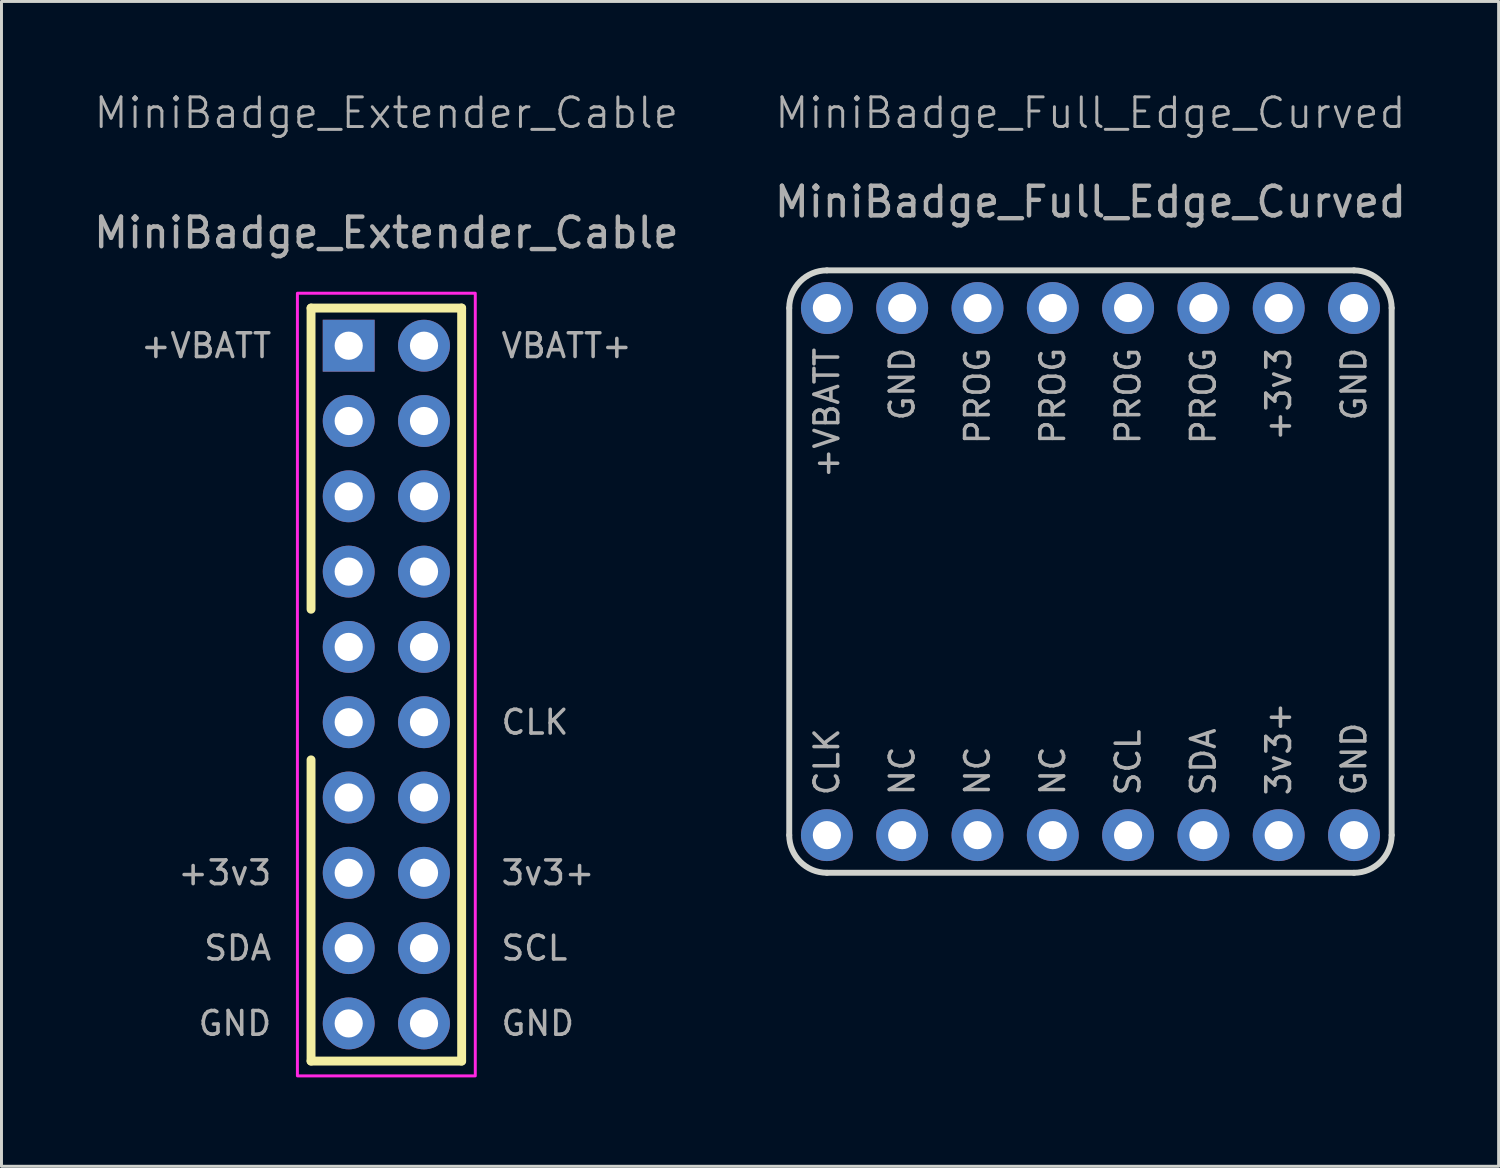
<source format=kicad_pcb>
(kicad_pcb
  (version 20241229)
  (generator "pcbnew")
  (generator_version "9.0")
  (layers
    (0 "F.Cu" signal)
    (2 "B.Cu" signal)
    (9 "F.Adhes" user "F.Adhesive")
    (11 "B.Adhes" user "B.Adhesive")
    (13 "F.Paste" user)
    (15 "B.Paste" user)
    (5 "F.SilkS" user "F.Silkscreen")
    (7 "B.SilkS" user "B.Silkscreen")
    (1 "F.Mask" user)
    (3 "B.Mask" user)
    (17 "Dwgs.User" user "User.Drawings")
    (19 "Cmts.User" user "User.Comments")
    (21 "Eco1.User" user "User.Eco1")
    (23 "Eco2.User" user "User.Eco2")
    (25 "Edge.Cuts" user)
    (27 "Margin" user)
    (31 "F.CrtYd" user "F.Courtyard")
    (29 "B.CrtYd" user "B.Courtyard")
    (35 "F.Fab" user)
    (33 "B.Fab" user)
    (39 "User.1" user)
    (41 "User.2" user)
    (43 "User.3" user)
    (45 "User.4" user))
  (footprint "MiniBadge_Extender_Cable"
    (layer "F.Cu")
    (at 9.982 20.041)
    (property "Reference" "MiniBadge_Extender_Cable" (at 0 -19.28 0) (unlocked yes) (layer "F.Fab") (effects (font (size 1 1) (thickness 0.1))))
    (attr through_hole allow_missing_courtyard)
    (fp_line (start -2.54 -12.7) (end 2.54 -12.7) (stroke (width 0.3) (type solid)) (layer "F.SilkS"))
    (fp_line (start -2.54 -2.54) (end -2.54 -12.7) (stroke (width 0.3) (type solid)) (layer "F.SilkS"))
    (fp_line (start -2.54 12.7) (end -2.54 2.54) (stroke (width 0.3) (type solid)) (layer "F.SilkS"))
    (fp_line (start 2.54 -12.7) (end 2.54 12.7) (stroke (width 0.3) (type solid)) (layer "F.SilkS"))
    (fp_line (start 2.54 12.7) (end -2.54 12.7) (stroke (width 0.3) (type solid)) (layer "F.SilkS"))
    (fp_rect (start -3 -13.2) (end 3 13.2) (stroke (width 0.1) (type solid)) (fill no) (layer "F.CrtYd"))
    (fp_text user "+3v3" (at -3.81 6.35 0) (unlocked yes) (layer "F.Fab") (effects (font (size 0.8 0.8) (thickness 0.12)) (justify right)))
    (fp_text user "SDA" (at -3.81 8.89 0) (unlocked yes) (layer "F.Fab") (effects (font (size 0.8 0.8) (thickness 0.12)) (justify right)))
    (fp_text user "CLK" (at 3.81 1.27 0) (unlocked yes) (layer "F.Fab") (effects (font (size 0.8 0.8) (thickness 0.12)) (justify left)))
    (fp_text user "GND" (at 3.81 11.43 0) (unlocked yes) (layer "F.Fab") (effects (font (size 0.8 0.8) (thickness 0.12)) (justify left)))
    (fp_text user "3v3+" (at 3.81 6.35 0) (unlocked yes) (layer "F.Fab") (effects (font (size 0.8 0.8) (thickness 0.12)) (justify left)))
    (fp_text user "SCL" (at 3.81 8.89 0) (unlocked yes) (layer "F.Fab") (effects (font (size 0.8 0.8) (thickness 0.12)) (justify left)))
    (fp_text user "${REFERENCE}" (at 0 -15.24 0) (unlocked yes) (layer "F.Fab") (effects (font (size 1 1) (thickness 0.15))))
    (fp_text user "+VBATT" (at -3.81 -11.43 0) (unlocked yes) (layer "F.Fab") (effects (font (size 0.8 0.8) (thickness 0.12)) (justify right)))
    (fp_text user "VBATT+" (at 3.81 -11.43 0) (unlocked yes) (layer "F.Fab") (effects (font (size 0.8 0.8) (thickness 0.12)) (justify left)))
    (fp_text user "GND" (at -3.81 11.43 0) (unlocked yes) (layer "F.Fab") (effects (font (size 0.8 0.8) (thickness 0.12)) (justify right)))
    (pad "1" thru_hole rect (at -1.27 -11.43) (size 1.75 1.75) (drill 0.95) (layers "*.Cu" "*.Mask"))
    (pad "2" thru_hole circle (at 1.27 -11.43) (size 1.75 1.75) (drill 0.95) (layers "*.Cu" "*.Mask"))
    (pad "3" thru_hole circle (at -1.27 -8.89) (size 1.75 1.75) (drill 0.95) (layers "*.Cu" "*.Mask"))
    (pad "4" thru_hole circle (at 1.27 -8.89) (size 1.75 1.75) (drill 0.95) (layers "*.Cu" "*.Mask"))
    (pad "5" thru_hole circle (at -1.27 -6.35) (size 1.75 1.75) (drill 0.95) (layers "*.Cu" "*.Mask"))
    (pad "6" thru_hole circle (at 1.27 -6.35) (size 1.75 1.75) (drill 0.95) (layers "*.Cu" "*.Mask"))
    (pad "7" thru_hole circle (at -1.27 -3.81) (size 1.75 1.75) (drill 0.95) (layers "*.Cu" "*.Mask"))
    (pad "8" thru_hole circle (at 1.27 -3.81) (size 1.75 1.75) (drill 0.95) (layers "*.Cu" "*.Mask"))
    (pad "9" thru_hole circle (at -1.27 -1.27) (size 1.75 1.75) (drill 0.95) (layers "*.Cu" "*.Mask"))
    (pad "10" thru_hole circle (at 1.27 -1.27) (size 1.75 1.75) (drill 0.95) (layers "*.Cu" "*.Mask"))
    (pad "11" thru_hole circle (at -1.27 1.27) (size 1.75 1.75) (drill 0.95) (layers "*.Cu" "*.Mask"))
    (pad "12" thru_hole circle (at 1.27 1.27) (size 1.75 1.75) (drill 0.95) (layers "*.Cu" "*.Mask"))
    (pad "13" thru_hole circle (at -1.27 3.81) (size 1.75 1.75) (drill 0.95) (layers "*.Cu" "*.Mask"))
    (pad "14" thru_hole circle (at 1.27 3.81) (size 1.75 1.75) (drill 0.95) (layers "*.Cu" "*.Mask"))
    (pad "15" thru_hole circle (at -1.27 6.35) (size 1.75 1.75) (drill 0.95) (layers "*.Cu" "*.Mask"))
    (pad "16" thru_hole circle (at 1.27 6.35) (size 1.75 1.75) (drill 0.95) (layers "*.Cu" "*.Mask"))
    (pad "17" thru_hole circle (at -1.27 8.89) (size 1.75 1.75) (drill 0.95) (layers "*.Cu" "*.Mask"))
    (pad "18" thru_hole circle (at 1.27 8.89) (size 1.75 1.75) (drill 0.95) (layers "*.Cu" "*.Mask"))
    (pad "19" thru_hole circle (at -1.27 11.43) (size 1.75 1.75) (drill 0.95) (layers "*.Cu" "*.Mask"))
    (pad "20" thru_hole circle (at 1.27 11.43) (size 1.75 1.75) (drill 0.95) (layers "*.Cu" "*.Mask")))
  (footprint "MiniBadge_Full_Edge_Curved"
    (layer "F.Cu")
    (at 33.732 16.23)
    (property "Reference" "MiniBadge_Full_Edge_Curved" (at 0 -15.47 0) (unlocked yes) (layer "F.Fab") (effects (font (size 1 1) (thickness 0.1))))
    (attr through_hole allow_missing_courtyard)
    (fp_line (start -10.16 8.89) (end -10.16 -8.89) (stroke (width 0.2) (type solid)) (layer "Edge.Cuts"))
    (fp_line (start -8.89 -10.16) (end 8.89 -10.16) (stroke (width 0.2) (type solid)) (layer "Edge.Cuts"))
    (fp_line (start -8.89 10.16) (end 8.89 10.16) (stroke (width 0.2) (type solid)) (layer "Edge.Cuts"))
    (fp_line (start 10.16 8.89) (end 10.16 -8.89) (stroke (width 0.2) (type solid)) (layer "Edge.Cuts"))
    (fp_arc (start -10.16 -8.89) (mid -9.788026 -9.788026) (end -8.89 -10.16) (stroke (width 0.2) (type solid)) (layer "Edge.Cuts"))
    (fp_arc (start -8.89 10.16) (mid -9.788026 9.788026) (end -10.16 8.89) (stroke (width 0.2) (type solid)) (layer "Edge.Cuts"))
    (fp_arc (start 8.889999 -10.159999) (mid 9.788025 -9.788025) (end 10.159999 -8.889999) (stroke (width 0.2) (type solid)) (layer "Edge.Cuts"))
    (fp_arc (start 10.159999 8.889999) (mid 9.788025 9.788025) (end 8.889999 10.159999) (stroke (width 0.2) (type solid)) (layer "Edge.Cuts"))
    (fp_text user "PROG" (at -1.27 -7.62 90) (unlocked yes) (layer "F.Fab") (effects (font (size 0.8 0.8) (thickness 0.12)) (justify right)))
    (fp_text user "3v3+" (at 6.35 7.62 90) (unlocked yes) (layer "F.Fab") (effects (font (size 0.8 0.8) (thickness 0.12)) (justify left)))
    (fp_text user "PROG" (at 1.27 -7.62 90) (unlocked yes) (layer "F.Fab") (effects (font (size 0.8 0.8) (thickness 0.12)) (justify right)))
    (fp_text user "NC" (at -1.27 7.62 90) (unlocked yes) (layer "F.Fab") (effects (font (size 0.8 0.8) (thickness 0.12)) (justify left)))
    (fp_text user "CLK" (at -8.89 7.62 90) (unlocked yes) (layer "F.Fab") (effects (font (size 0.8 0.8) (thickness 0.12)) (justify left)))
    (fp_text user "PROG" (at -3.81 -7.62 90) (unlocked yes) (layer "F.Fab") (effects (font (size 0.8 0.8) (thickness 0.12)) (justify right)))
    (fp_text user "GND" (at 8.89 -7.62 90) (unlocked yes) (layer "F.Fab") (effects (font (size 0.8 0.8) (thickness 0.12)) (justify right)))
    (fp_text user "NC" (at -6.35 7.62 90) (unlocked yes) (layer "F.Fab") (effects (font (size 0.8 0.8) (thickness 0.12)) (justify left)))
    (fp_text user "PROG" (at 3.81 -7.62 90) (unlocked yes) (layer "F.Fab") (effects (font (size 0.8 0.8) (thickness 0.12)) (justify right)))
    (fp_text user "${REFERENCE}" (at 0 -12.47 0) (unlocked yes) (layer "F.Fab") (effects (font (size 1 1) (thickness 0.15))))
    (fp_text user "GND" (at -6.35 -7.62 90) (unlocked yes) (layer "F.Fab") (effects (font (size 0.8 0.8) (thickness 0.12)) (justify right)))
    (fp_text user "SCL" (at 1.27 7.62 90) (unlocked yes) (layer "F.Fab") (effects (font (size 0.8 0.8) (thickness 0.12)) (justify left)))
    (fp_text user "GND" (at 8.89 7.62 90) (unlocked yes) (layer "F.Fab") (effects (font (size 0.8 0.8) (thickness 0.12)) (justify left)))
    (fp_text user "+VBATT" (at -8.89 -7.62 90) (unlocked yes) (layer "F.Fab") (effects (font (size 0.8 0.8) (thickness 0.12)) (justify right)))
    (fp_text user "SDA" (at 3.81 7.62 90) (unlocked yes) (layer "F.Fab") (effects (font (size 0.8 0.8) (thickness 0.12)) (justify left)))
    (fp_text user "NC" (at -3.81 7.62 90) (unlocked yes) (layer "F.Fab") (effects (font (size 0.8 0.8) (thickness 0.12)) (justify left)))
    (fp_text user "+3v3" (at 6.35 -7.62 90) (unlocked yes) (layer "F.Fab") (effects (font (size 0.8 0.8) (thickness 0.12)) (justify right)))
    (pad "1" thru_hole circle (at -8.89 -8.89) (size 1.75 1.75) (drill 0.95) (layers "*.Cu" "*.Mask"))
    (pad "2" thru_hole circle (at -6.35 -8.89) (size 1.75 1.75) (drill 0.95) (layers "*.Cu" "*.Mask"))
    (pad "3" thru_hole circle (at -3.81 -8.89) (size 1.75 1.75) (drill 0.95) (layers "*.Cu" "*.Mask"))
    (pad "4" thru_hole circle (at -1.27 -8.89) (size 1.75 1.75) (drill 0.95) (layers "*.Cu" "*.Mask"))
    (pad "5" thru_hole circle (at 1.27 -8.89) (size 1.75 1.75) (drill 0.95) (layers "*.Cu" "*.Mask"))
    (pad "6" thru_hole circle (at 3.81 -8.89) (size 1.75 1.75) (drill 0.95) (layers "*.Cu" "*.Mask"))
    (pad "7" thru_hole circle (at 6.35 -8.89) (size 1.75 1.75) (drill 0.95) (layers "*.Cu" "*.Mask"))
    (pad "8" thru_hole circle (at 8.89 -8.89) (size 1.75 1.75) (drill 0.95) (layers "*.Cu" "*.Mask"))
    (pad "9" thru_hole circle (at -8.89 8.89) (size 1.75 1.75) (drill 0.95) (layers "*.Cu" "*.Mask"))
    (pad "10" thru_hole circle (at -6.35 8.89) (size 1.75 1.75) (drill 0.95) (layers "*.Cu" "*.Mask"))
    (pad "11" thru_hole circle (at -3.81 8.89) (size 1.75 1.75) (drill 0.95) (layers "*.Cu" "*.Mask"))
    (pad "12" thru_hole circle (at -1.27 8.89) (size 1.75 1.75) (drill 0.95) (layers "*.Cu" "*.Mask"))
    (pad "13" thru_hole circle (at 1.27 8.89) (size 1.75 1.75) (drill 0.95) (layers "*.Cu" "*.Mask"))
    (pad "14" thru_hole circle (at 3.81 8.89) (size 1.75 1.75) (drill 0.95) (layers "*.Cu" "*.Mask"))
    (pad "15" thru_hole circle (at 6.35 8.89) (size 1.75 1.75) (drill 0.95) (layers "*.Cu" "*.Mask"))
    (pad "16" thru_hole circle (at 8.89 8.89) (size 1.75 1.75) (drill 0.95) (layers "*.Cu" "*.Mask")))
  (gr_rect
    (start -3 -3)
    (end 47.5 36.291)
    (stroke (width 0.1) (type default))
    (fill no)
    (layer "Edge.Cuts")))
</source>
